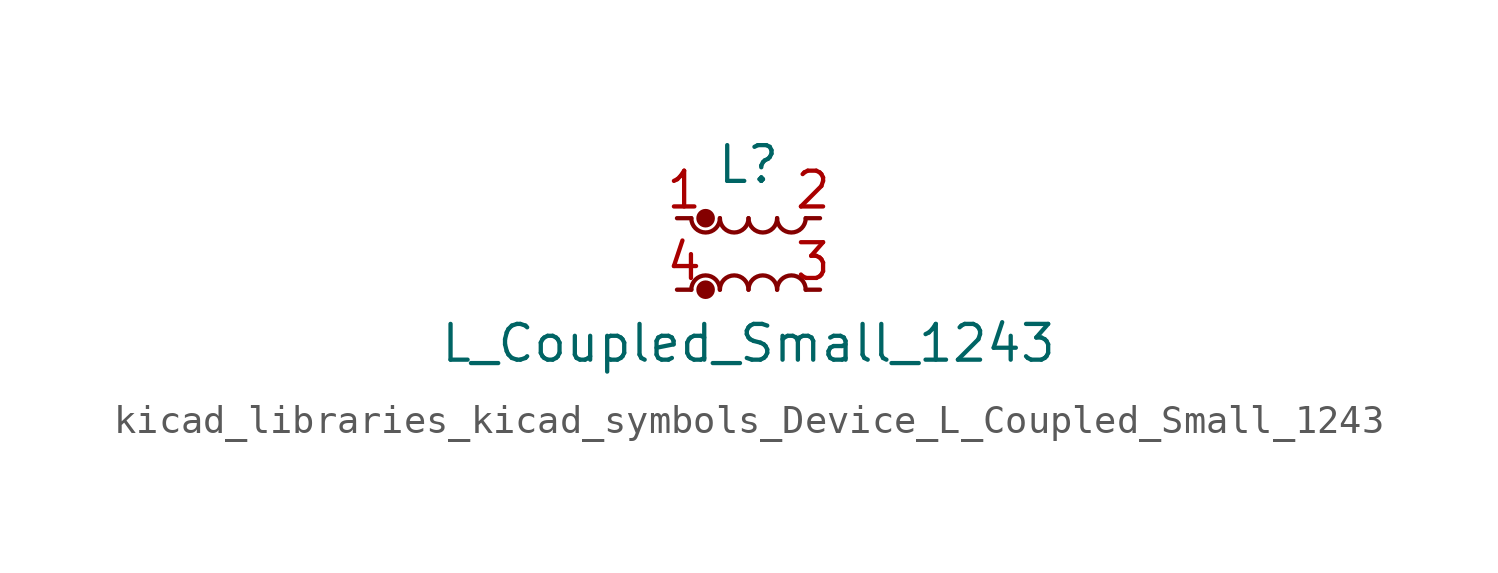
<source format=kicad_sym>
(kicad_symbol_lib
  (version 20220914)
  (generator kicad_symbol_editor)
  (symbol "kicad_libraries_kicad_symbols_Device_L_Coupled_Small_1243"
    (pin_names
      (offset 0.254) hide)
    (property "Reference" "L"
      (at 0 3.175 0)
      (effects (font (size 1.27 1.27))))
    (property "Value" "L_Coupled_Small_1243"
      (at 0 -3.175 0)
      (effects (font (size 1.27 1.27))))
    (symbol "kicad_libraries_kicad_symbols_Device_L_Coupled_Small_1243_0_1"
      (arc (start -2.032 1.27) (mid -1.524 0.7642) (end -1.016 1.27) (stroke (width 0) (type default)) (fill (type none)))
      (circle (center -1.524 -1.27) (radius 0.254) (stroke (width 0) (type default)) (fill (type outline)))
      (circle (center -1.524 1.27) (radius 0.254) (stroke (width 0) (type default)) (fill (type outline)))
      (arc (start -1.016 -1.27) (mid -1.524 -0.7642) (end -2.032 -1.27) (stroke (width 0) (type default)) (fill (type none)))
      (arc (start -1.016 1.27) (mid -0.508 0.7642) (end 0 1.27) (stroke (width 0) (type default)) (fill (type none)))
      (arc (start 0 -1.27) (mid -0.508 -0.7642) (end -1.016 -1.27) (stroke (width 0) (type default)) (fill (type none)))
      (arc (start 0 1.27) (mid 0.508 0.7642) (end 1.016 1.27) (stroke (width 0) (type default)) (fill (type none)))
      (arc (start 1.016 -1.27) (mid 0.508 -0.7642) (end 0 -1.27) (stroke (width 0) (type default)) (fill (type none)))
      (arc (start 1.016 1.27) (mid 1.524 0.7642) (end 2.032 1.27) (stroke (width 0) (type default)) (fill (type none)))
      (arc (start 2.032 -1.27) (mid 1.524 -0.7642) (end 1.016 -1.27) (stroke (width 0) (type default)) (fill (type none))))
    (symbol "kicad_libraries_kicad_symbols_Device_L_Coupled_Small_1243_1_1"
      (pin passive line (at -2.54 1.27 0) (length 0.508) (name "1" (effects (font (size 1.27 1.27)))) (number "1" (effects (font (size 1.27 1.27)))))
      (pin passive line (at 2.54 1.27 180) (length 0.508) (name "2" (effects (font (size 1.27 1.27)))) (number "2" (effects (font (size 1.27 1.27)))))
      (pin passive line (at 2.54 -1.27 180) (length 0.508) (name "3" (effects (font (size 1.27 1.27)))) (number "3" (effects (font (size 1.27 1.27)))))
      (pin passive line (at -2.54 -1.27 0) (length 0.508) (name "4" (effects (font (size 1.27 1.27)))) (number "4" (effects (font (size 1.27 1.27))))))))
</source>
